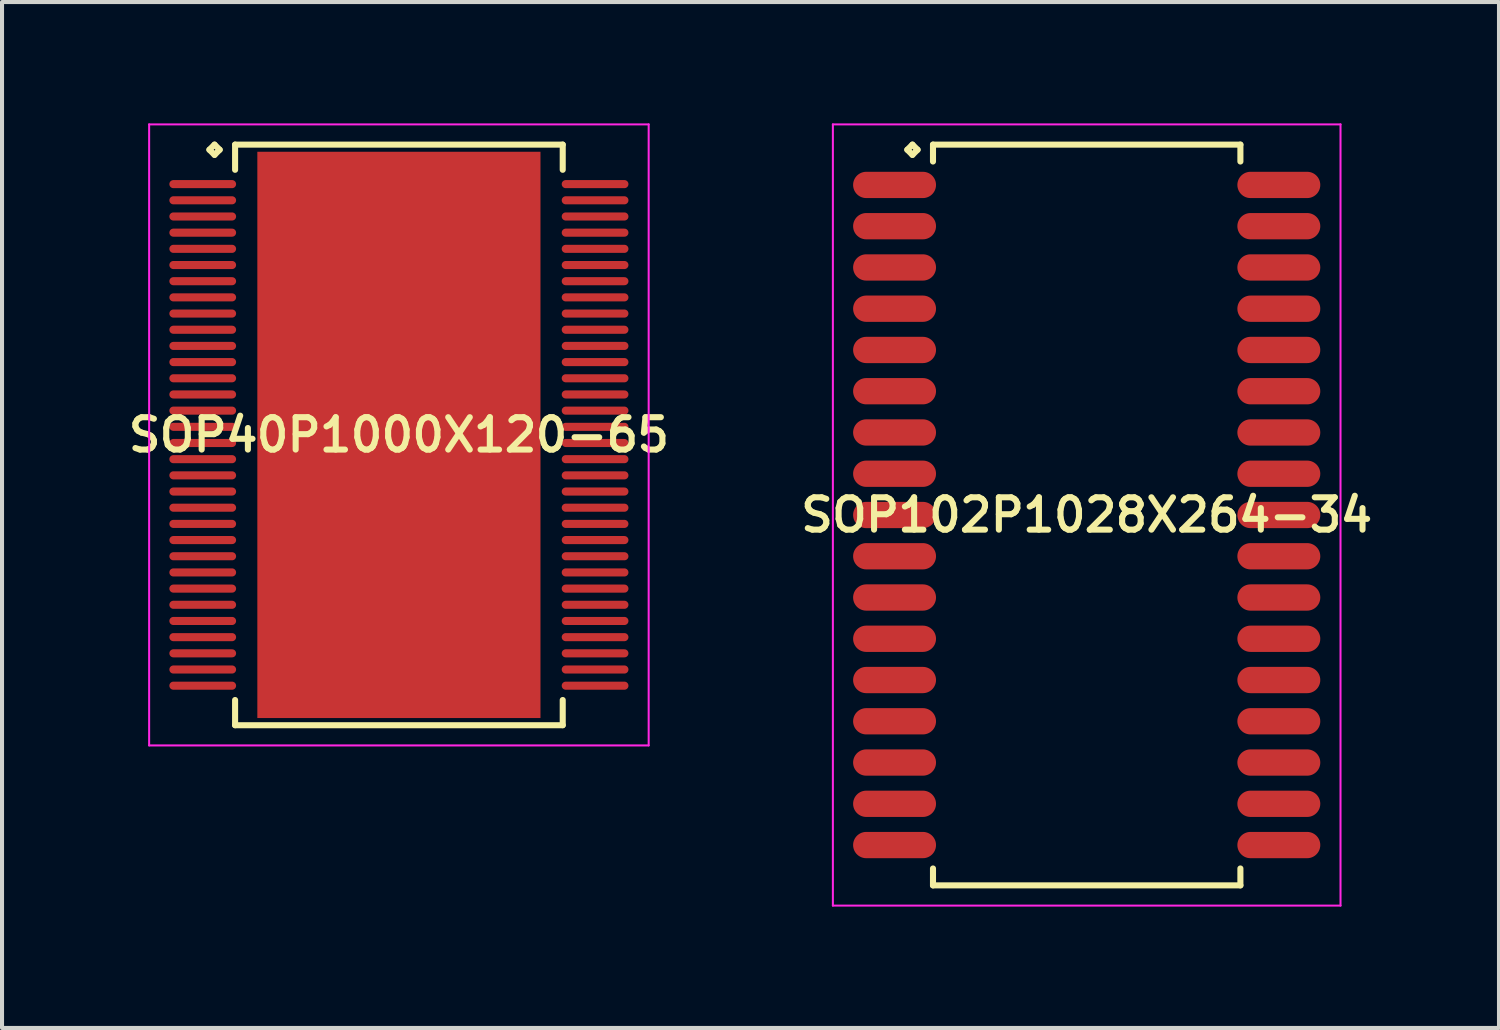
<source format=kicad_pcb>
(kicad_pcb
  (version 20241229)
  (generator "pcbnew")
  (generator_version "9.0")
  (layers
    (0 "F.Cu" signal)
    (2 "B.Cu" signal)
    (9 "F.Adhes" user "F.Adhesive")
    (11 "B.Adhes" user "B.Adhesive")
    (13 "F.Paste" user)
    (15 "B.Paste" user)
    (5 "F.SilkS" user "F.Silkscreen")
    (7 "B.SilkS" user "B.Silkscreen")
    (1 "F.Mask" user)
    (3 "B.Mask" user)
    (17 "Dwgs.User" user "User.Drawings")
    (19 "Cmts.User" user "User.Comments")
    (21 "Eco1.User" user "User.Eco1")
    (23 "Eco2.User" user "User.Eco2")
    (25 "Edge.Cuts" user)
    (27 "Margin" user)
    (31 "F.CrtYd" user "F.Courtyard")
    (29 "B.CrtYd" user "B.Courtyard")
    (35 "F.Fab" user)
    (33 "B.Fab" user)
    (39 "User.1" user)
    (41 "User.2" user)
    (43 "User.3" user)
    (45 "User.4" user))
  (footprint "SOP40P1000X120-65"
    (layer "F.Cu")
    (at 6.812 7.702)
    (property "Reference" "SOP40P1000X120-65" (at 0 0 0) (layer "F.SilkS") (effects (font (size 0.8 0.8) (thickness 0.15))))
    (attr smd)
    (fp_line (start -4.685 -7.05) (end -4.558 -7.177) (stroke (width 0.15) (type solid)) (layer "F.SilkS"))
    (fp_line (start -4.558 -7.177) (end -4.431 -7.05) (stroke (width 0.15) (type solid)) (layer "F.SilkS"))
    (fp_line (start -4.558 -6.923) (end -4.685 -7.05) (stroke (width 0.15) (type solid)) (layer "F.SilkS"))
    (fp_line (start -4.431 -7.05) (end -4.558 -6.923) (stroke (width 0.15) (type solid)) (layer "F.SilkS"))
    (fp_line (start -4.05 -7.177) (end 4.05 -7.177) (stroke (width 0.15) (type solid)) (layer "F.SilkS"))
    (fp_line (start -4.05 -6.554) (end -4.05 -7.177) (stroke (width 0.15) (type solid)) (layer "F.SilkS"))
    (fp_line (start -4.05 6.554) (end -4.05 7.177) (stroke (width 0.15) (type solid)) (layer "F.SilkS"))
    (fp_line (start -4.05 7.177) (end 4.05 7.177) (stroke (width 0.15) (type solid)) (layer "F.SilkS"))
    (fp_line (start 4.05 -7.177) (end 4.05 -6.554) (stroke (width 0.15) (type solid)) (layer "F.SilkS"))
    (fp_line (start 4.05 7.177) (end 4.05 6.554) (stroke (width 0.15) (type solid)) (layer "F.SilkS"))
    (fp_line (start -6.175 -7.677) (end 6.175 -7.677) (stroke (width 0.05) (type solid)) (layer "F.CrtYd"))
    (fp_line (start -6.175 7.677) (end -6.175 -7.677) (stroke (width 0.05) (type solid)) (layer "F.CrtYd"))
    (fp_line (start 6.175 -7.677) (end 6.175 7.677) (stroke (width 0.05) (type solid)) (layer "F.CrtYd"))
    (fp_line (start 6.175 7.677) (end -6.175 7.677) (stroke (width 0.05) (type solid)) (layer "F.CrtYd"))
    (pad "1" smd oval (at -4.85 -6.2) (size 1.65 0.2) (layers "F.Cu" "F.Mask" "F.Paste"))
    (pad "2" smd oval (at -4.85 -5.8) (size 1.65 0.2) (layers "F.Cu" "F.Mask" "F.Paste"))
    (pad "3" smd oval (at -4.85 -5.4) (size 1.65 0.2) (layers "F.Cu" "F.Mask" "F.Paste"))
    (pad "4" smd oval (at -4.85 -5) (size 1.65 0.2) (layers "F.Cu" "F.Mask" "F.Paste"))
    (pad "5" smd oval (at -4.85 -4.6) (size 1.65 0.2) (layers "F.Cu" "F.Mask" "F.Paste"))
    (pad "6" smd oval (at -4.85 -4.2) (size 1.65 0.2) (layers "F.Cu" "F.Mask" "F.Paste"))
    (pad "7" smd oval (at -4.85 -3.8) (size 1.65 0.2) (layers "F.Cu" "F.Mask" "F.Paste"))
    (pad "8" smd oval (at -4.85 -3.4) (size 1.65 0.2) (layers "F.Cu" "F.Mask" "F.Paste"))
    (pad "9" smd oval (at -4.85 -3) (size 1.65 0.2) (layers "F.Cu" "F.Mask" "F.Paste"))
    (pad "10" smd oval (at -4.85 -2.6) (size 1.65 0.2) (layers "F.Cu" "F.Mask" "F.Paste"))
    (pad "11" smd oval (at -4.85 -2.2) (size 1.65 0.2) (layers "F.Cu" "F.Mask" "F.Paste"))
    (pad "12" smd oval (at -4.85 -1.8) (size 1.65 0.2) (layers "F.Cu" "F.Mask" "F.Paste"))
    (pad "13" smd oval (at -4.85 -1.4) (size 1.65 0.2) (layers "F.Cu" "F.Mask" "F.Paste"))
    (pad "14" smd oval (at -4.85 -1) (size 1.65 0.2) (layers "F.Cu" "F.Mask" "F.Paste"))
    (pad "15" smd oval (at -4.85 -0.6) (size 1.65 0.2) (layers "F.Cu" "F.Mask" "F.Paste"))
    (pad "16" smd oval (at -4.85 -0.2) (size 1.65 0.2) (layers "F.Cu" "F.Mask" "F.Paste"))
    (pad "17" smd oval (at -4.85 0.2) (size 1.65 0.2) (layers "F.Cu" "F.Mask" "F.Paste"))
    (pad "18" smd oval (at -4.85 0.6) (size 1.65 0.2) (layers "F.Cu" "F.Mask" "F.Paste"))
    (pad "19" smd oval (at -4.85 1) (size 1.65 0.2) (layers "F.Cu" "F.Mask" "F.Paste"))
    (pad "20" smd oval (at -4.85 1.4) (size 1.65 0.2) (layers "F.Cu" "F.Mask" "F.Paste"))
    (pad "21" smd oval (at -4.85 1.8) (size 1.65 0.2) (layers "F.Cu" "F.Mask" "F.Paste"))
    (pad "22" smd oval (at -4.85 2.2) (size 1.65 0.2) (layers "F.Cu" "F.Mask" "F.Paste"))
    (pad "23" smd oval (at -4.85 2.6) (size 1.65 0.2) (layers "F.Cu" "F.Mask" "F.Paste"))
    (pad "24" smd oval (at -4.85 3) (size 1.65 0.2) (layers "F.Cu" "F.Mask" "F.Paste"))
    (pad "25" smd oval (at -4.85 3.4) (size 1.65 0.2) (layers "F.Cu" "F.Mask" "F.Paste"))
    (pad "26" smd oval (at -4.85 3.8) (size 1.65 0.2) (layers "F.Cu" "F.Mask" "F.Paste"))
    (pad "27" smd oval (at -4.85 4.2) (size 1.65 0.2) (layers "F.Cu" "F.Mask" "F.Paste"))
    (pad "28" smd oval (at -4.85 4.6) (size 1.65 0.2) (layers "F.Cu" "F.Mask" "F.Paste"))
    (pad "29" smd oval (at -4.85 5) (size 1.65 0.2) (layers "F.Cu" "F.Mask" "F.Paste"))
    (pad "30" smd oval (at -4.85 5.4) (size 1.65 0.2) (layers "F.Cu" "F.Mask" "F.Paste"))
    (pad "31" smd oval (at -4.85 5.8) (size 1.65 0.2) (layers "F.Cu" "F.Mask" "F.Paste"))
    (pad "32" smd oval (at -4.85 6.2) (size 1.65 0.2) (layers "F.Cu" "F.Mask" "F.Paste"))
    (pad "33" smd oval (at 4.85 6.2) (size 1.65 0.2) (layers "F.Cu" "F.Mask" "F.Paste"))
    (pad "34" smd oval (at 4.85 5.8) (size 1.65 0.2) (layers "F.Cu" "F.Mask" "F.Paste"))
    (pad "35" smd oval (at 4.85 5.4) (size 1.65 0.2) (layers "F.Cu" "F.Mask" "F.Paste"))
    (pad "36" smd oval (at 4.85 5) (size 1.65 0.2) (layers "F.Cu" "F.Mask" "F.Paste"))
    (pad "37" smd oval (at 4.85 4.6) (size 1.65 0.2) (layers "F.Cu" "F.Mask" "F.Paste"))
    (pad "38" smd oval (at 4.85 4.2) (size 1.65 0.2) (layers "F.Cu" "F.Mask" "F.Paste"))
    (pad "39" smd oval (at 4.85 3.8) (size 1.65 0.2) (layers "F.Cu" "F.Mask" "F.Paste"))
    (pad "40" smd oval (at 4.85 3.4) (size 1.65 0.2) (layers "F.Cu" "F.Mask" "F.Paste"))
    (pad "41" smd oval (at 4.85 3) (size 1.65 0.2) (layers "F.Cu" "F.Mask" "F.Paste"))
    (pad "42" smd oval (at 4.85 2.6) (size 1.65 0.2) (layers "F.Cu" "F.Mask" "F.Paste"))
    (pad "43" smd oval (at 4.85 2.2) (size 1.65 0.2) (layers "F.Cu" "F.Mask" "F.Paste"))
    (pad "44" smd oval (at 4.85 1.8) (size 1.65 0.2) (layers "F.Cu" "F.Mask" "F.Paste"))
    (pad "45" smd oval (at 4.85 1.4) (size 1.65 0.2) (layers "F.Cu" "F.Mask" "F.Paste"))
    (pad "46" smd oval (at 4.85 1) (size 1.65 0.2) (layers "F.Cu" "F.Mask" "F.Paste"))
    (pad "47" smd oval (at 4.85 0.6) (size 1.65 0.2) (layers "F.Cu" "F.Mask" "F.Paste"))
    (pad "48" smd oval (at 4.85 0.2) (size 1.65 0.2) (layers "F.Cu" "F.Mask" "F.Paste"))
    (pad "49" smd oval (at 4.85 -0.2) (size 1.65 0.2) (layers "F.Cu" "F.Mask" "F.Paste"))
    (pad "50" smd oval (at 4.85 -0.6) (size 1.65 0.2) (layers "F.Cu" "F.Mask" "F.Paste"))
    (pad "51" smd oval (at 4.85 -1) (size 1.65 0.2) (layers "F.Cu" "F.Mask" "F.Paste"))
    (pad "52" smd oval (at 4.85 -1.4) (size 1.65 0.2) (layers "F.Cu" "F.Mask" "F.Paste"))
    (pad "53" smd oval (at 4.85 -1.8) (size 1.65 0.2) (layers "F.Cu" "F.Mask" "F.Paste"))
    (pad "54" smd oval (at 4.85 -2.2) (size 1.65 0.2) (layers "F.Cu" "F.Mask" "F.Paste"))
    (pad "55" smd oval (at 4.85 -2.6) (size 1.65 0.2) (layers "F.Cu" "F.Mask" "F.Paste"))
    (pad "56" smd oval (at 4.85 -3) (size 1.65 0.2) (layers "F.Cu" "F.Mask" "F.Paste"))
    (pad "57" smd oval (at 4.85 -3.4) (size 1.65 0.2) (layers "F.Cu" "F.Mask" "F.Paste"))
    (pad "58" smd oval (at 4.85 -3.8) (size 1.65 0.2) (layers "F.Cu" "F.Mask" "F.Paste"))
    (pad "59" smd oval (at 4.85 -4.2) (size 1.65 0.2) (layers "F.Cu" "F.Mask" "F.Paste"))
    (pad "60" smd oval (at 4.85 -4.6) (size 1.65 0.2) (layers "F.Cu" "F.Mask" "F.Paste"))
    (pad "61" smd oval (at 4.85 -5) (size 1.65 0.2) (layers "F.Cu" "F.Mask" "F.Paste"))
    (pad "62" smd oval (at 4.85 -5.4) (size 1.65 0.2) (layers "F.Cu" "F.Mask" "F.Paste"))
    (pad "63" smd oval (at 4.85 -5.8) (size 1.65 0.2) (layers "F.Cu" "F.Mask" "F.Paste"))
    (pad "64" smd oval (at 4.85 -6.2) (size 1.65 0.2) (layers "F.Cu" "F.Mask" "F.Paste"))
    (pad "65" smd rect (at 0 0) (size 7 14) (layers "F.Cu" "F.Mask" "F.Paste")))
  (footprint "SOP102P1028X264-34"
    (layer "F.Cu")
    (at 23.816 9.682)
    (property "Reference" "SOP102P1028X264-34" (at 0 0 0) (layer "F.SilkS") (effects (font (size 0.8 0.8) (thickness 0.15))))
    (attr smd)
    (fp_line (start -4.435 -9.03) (end -4.308 -9.157) (stroke (width 0.15) (type solid)) (layer "F.SilkS"))
    (fp_line (start -4.308 -9.157) (end -4.181 -9.03) (stroke (width 0.15) (type solid)) (layer "F.SilkS"))
    (fp_line (start -4.308 -8.903) (end -4.435 -9.03) (stroke (width 0.15) (type solid)) (layer "F.SilkS"))
    (fp_line (start -4.181 -9.03) (end -4.308 -8.903) (stroke (width 0.15) (type solid)) (layer "F.SilkS"))
    (fp_line (start -3.8 -9.157) (end 3.8 -9.157) (stroke (width 0.15) (type solid)) (layer "F.SilkS"))
    (fp_line (start -3.8 -8.739) (end -3.8 -9.157) (stroke (width 0.15) (type solid)) (layer "F.SilkS"))
    (fp_line (start -3.8 8.739) (end -3.8 9.157) (stroke (width 0.15) (type solid)) (layer "F.SilkS"))
    (fp_line (start -3.8 9.157) (end 3.8 9.157) (stroke (width 0.15) (type solid)) (layer "F.SilkS"))
    (fp_line (start 3.8 -9.157) (end 3.8 -8.739) (stroke (width 0.15) (type solid)) (layer "F.SilkS"))
    (fp_line (start 3.8 9.157) (end 3.8 8.739) (stroke (width 0.15) (type solid)) (layer "F.SilkS"))
    (fp_line (start -6.275 -9.657) (end 6.275 -9.657) (stroke (width 0.05) (type solid)) (layer "F.CrtYd"))
    (fp_line (start -6.275 9.657) (end -6.275 -9.657) (stroke (width 0.05) (type solid)) (layer "F.CrtYd"))
    (fp_line (start 6.275 -9.657) (end 6.275 9.657) (stroke (width 0.05) (type solid)) (layer "F.CrtYd"))
    (fp_line (start 6.275 9.657) (end -6.275 9.657) (stroke (width 0.05) (type solid)) (layer "F.CrtYd"))
    (pad "1" smd oval (at -4.75 -8.16) (size 2.05 0.65) (layers "F.Cu" "F.Mask" "F.Paste"))
    (pad "2" smd oval (at -4.75 -7.14) (size 2.05 0.65) (layers "F.Cu" "F.Mask" "F.Paste"))
    (pad "3" smd oval (at -4.75 -6.12) (size 2.05 0.65) (layers "F.Cu" "F.Mask" "F.Paste"))
    (pad "4" smd oval (at -4.75 -5.1) (size 2.05 0.65) (layers "F.Cu" "F.Mask" "F.Paste"))
    (pad "5" smd oval (at -4.75 -4.08) (size 2.05 0.65) (layers "F.Cu" "F.Mask" "F.Paste"))
    (pad "6" smd oval (at -4.75 -3.06) (size 2.05 0.65) (layers "F.Cu" "F.Mask" "F.Paste"))
    (pad "7" smd oval (at -4.75 -2.04) (size 2.05 0.65) (layers "F.Cu" "F.Mask" "F.Paste"))
    (pad "8" smd oval (at -4.75 -1.02) (size 2.05 0.65) (layers "F.Cu" "F.Mask" "F.Paste"))
    (pad "9" smd oval (at -4.75 0) (size 2.05 0.65) (layers "F.Cu" "F.Mask" "F.Paste"))
    (pad "10" smd oval (at -4.75 1.02) (size 2.05 0.65) (layers "F.Cu" "F.Mask" "F.Paste"))
    (pad "11" smd oval (at -4.75 2.04) (size 2.05 0.65) (layers "F.Cu" "F.Mask" "F.Paste"))
    (pad "12" smd oval (at -4.75 3.06) (size 2.05 0.65) (layers "F.Cu" "F.Mask" "F.Paste"))
    (pad "13" smd oval (at -4.75 4.08) (size 2.05 0.65) (layers "F.Cu" "F.Mask" "F.Paste"))
    (pad "14" smd oval (at -4.75 5.1) (size 2.05 0.65) (layers "F.Cu" "F.Mask" "F.Paste"))
    (pad "15" smd oval (at -4.75 6.12) (size 2.05 0.65) (layers "F.Cu" "F.Mask" "F.Paste"))
    (pad "16" smd oval (at -4.75 7.14) (size 2.05 0.65) (layers "F.Cu" "F.Mask" "F.Paste"))
    (pad "17" smd oval (at -4.75 8.16) (size 2.05 0.65) (layers "F.Cu" "F.Mask" "F.Paste"))
    (pad "18" smd oval (at 4.75 8.16) (size 2.05 0.65) (layers "F.Cu" "F.Mask" "F.Paste"))
    (pad "19" smd oval (at 4.75 7.14) (size 2.05 0.65) (layers "F.Cu" "F.Mask" "F.Paste"))
    (pad "20" smd oval (at 4.75 6.12) (size 2.05 0.65) (layers "F.Cu" "F.Mask" "F.Paste"))
    (pad "21" smd oval (at 4.75 5.1) (size 2.05 0.65) (layers "F.Cu" "F.Mask" "F.Paste"))
    (pad "22" smd oval (at 4.75 4.08) (size 2.05 0.65) (layers "F.Cu" "F.Mask" "F.Paste"))
    (pad "23" smd oval (at 4.75 3.06) (size 2.05 0.65) (layers "F.Cu" "F.Mask" "F.Paste"))
    (pad "24" smd oval (at 4.75 2.04) (size 2.05 0.65) (layers "F.Cu" "F.Mask" "F.Paste"))
    (pad "25" smd oval (at 4.75 1.02) (size 2.05 0.65) (layers "F.Cu" "F.Mask" "F.Paste"))
    (pad "26" smd oval (at 4.75 0) (size 2.05 0.65) (layers "F.Cu" "F.Mask" "F.Paste"))
    (pad "27" smd oval (at 4.75 -1.02) (size 2.05 0.65) (layers "F.Cu" "F.Mask" "F.Paste"))
    (pad "28" smd oval (at 4.75 -2.04) (size 2.05 0.65) (layers "F.Cu" "F.Mask" "F.Paste"))
    (pad "29" smd oval (at 4.75 -3.06) (size 2.05 0.65) (layers "F.Cu" "F.Mask" "F.Paste"))
    (pad "30" smd oval (at 4.75 -4.08) (size 2.05 0.65) (layers "F.Cu" "F.Mask" "F.Paste"))
    (pad "31" smd oval (at 4.75 -5.1) (size 2.05 0.65) (layers "F.Cu" "F.Mask" "F.Paste"))
    (pad "32" smd oval (at 4.75 -6.12) (size 2.05 0.65) (layers "F.Cu" "F.Mask" "F.Paste"))
    (pad "33" smd oval (at 4.75 -7.14) (size 2.05 0.65) (layers "F.Cu" "F.Mask" "F.Paste"))
    (pad "34" smd oval (at 4.75 -8.16) (size 2.05 0.65) (layers "F.Cu" "F.Mask" "F.Paste")))
  (gr_rect
    (start -3 -3)
    (end 34.009 22.364)
    (stroke (width 0.1) (type default))
    (fill no)
    (layer "Edge.Cuts")))
</source>
